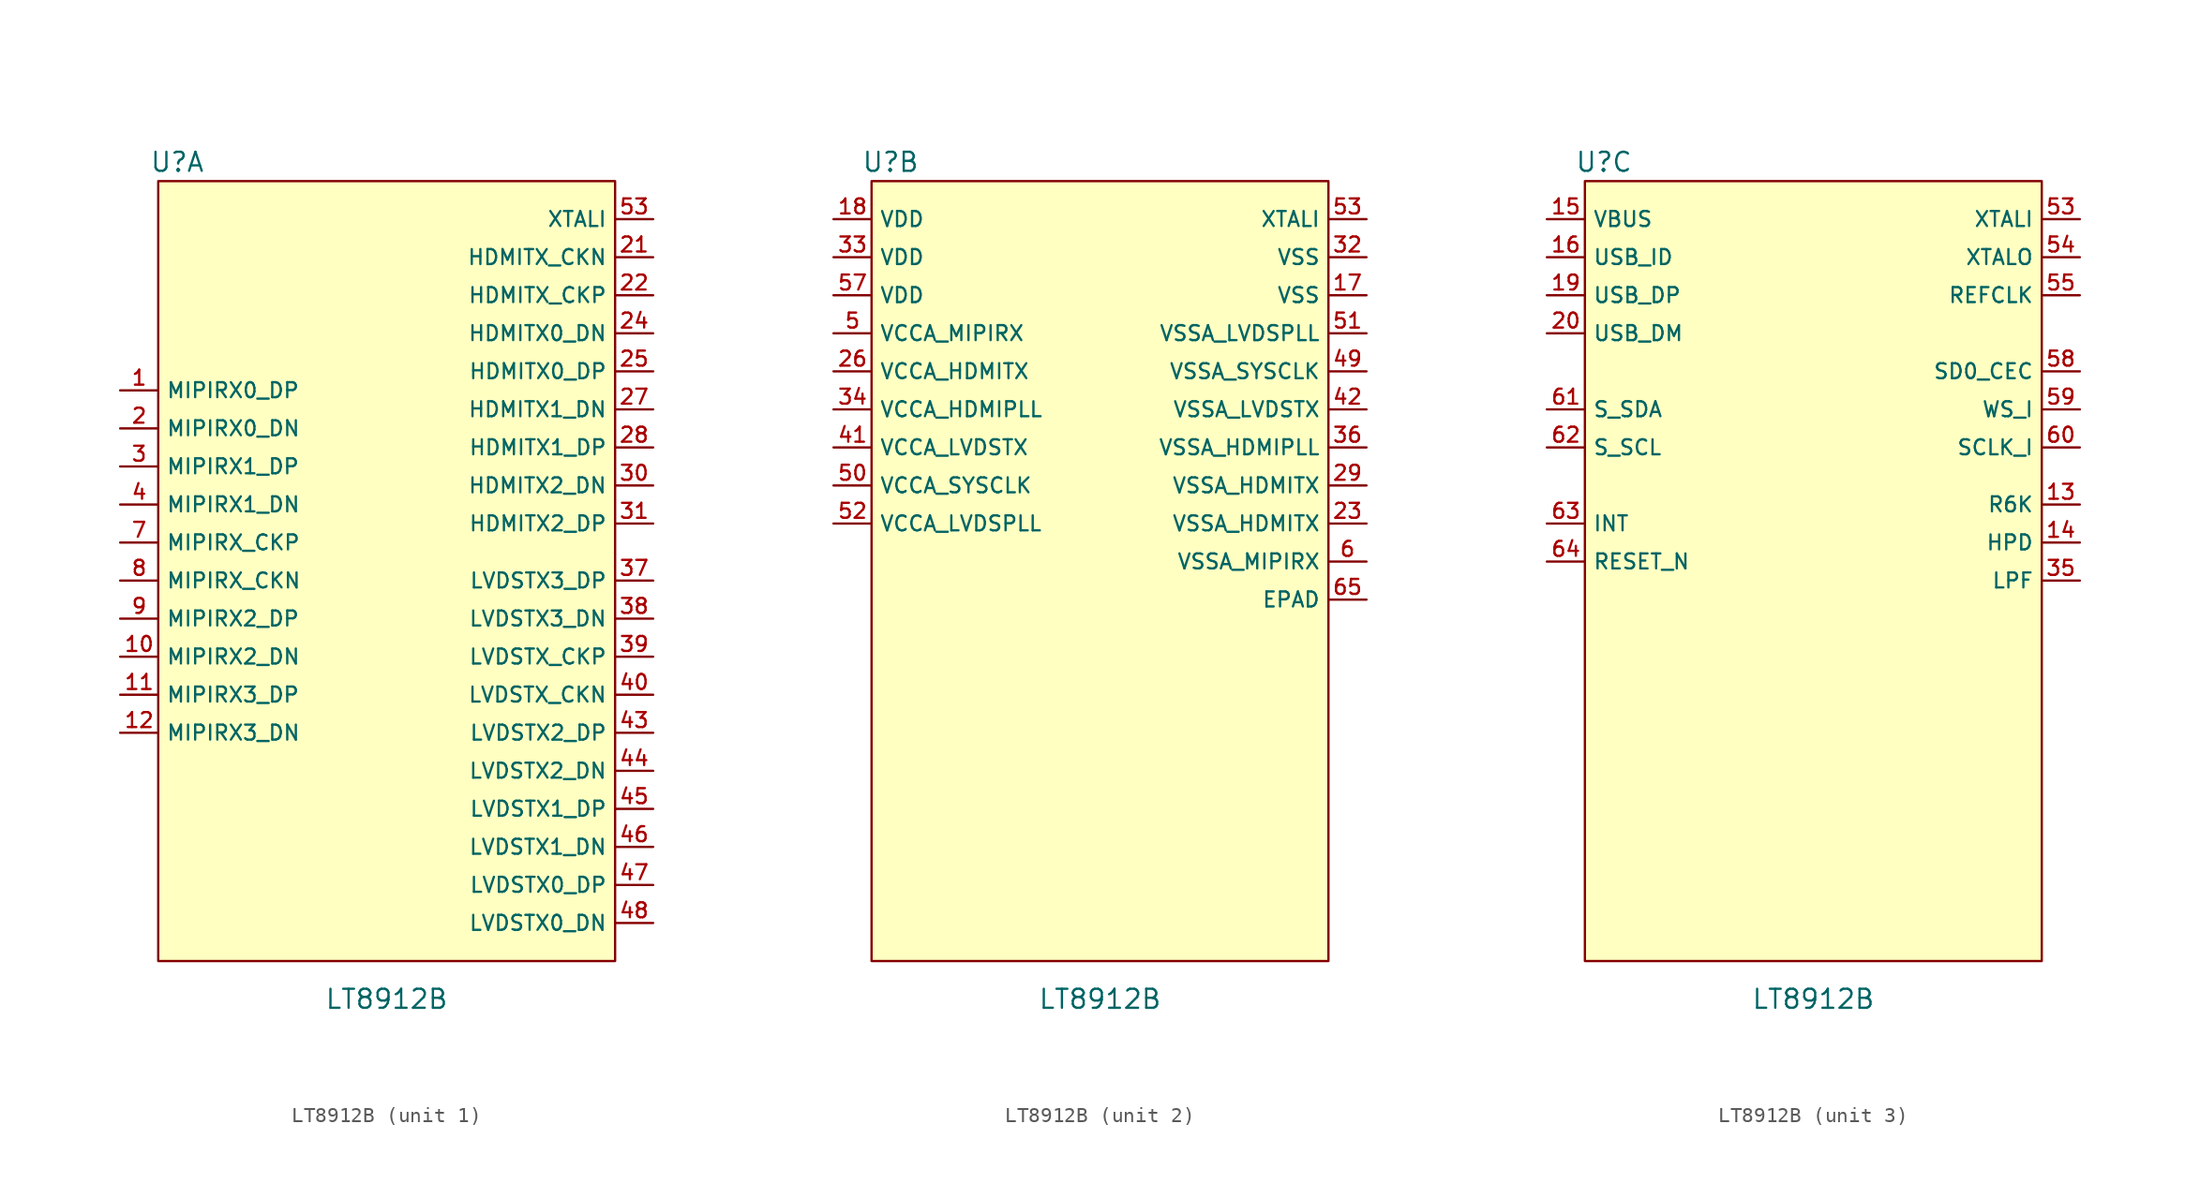
<source format=kicad_sym>
(kicad_symbol_lib
  (version 20220914)
  (generator kicad_symbol_editor)
  (symbol "LT8912B"
    (property "Reference" "U"
      (at -13.97 43.18 0)
      (effects (font (size 1.27 1.27))))
    (property "Value" "LT8912B"
      (at 0 -12.7 0)
      (effects (font (size 1.27 1.27))))
    (property "ki_locked" ""
      (at 0 0 0)
      (effects (font (size 1.27 1.27))))
    (symbol "LT8912B_0_1"
      (rectangle (start -15.24 41.91) (end 15.24 -10.16) (stroke (width 0) (type default)) (fill (type background)))
      (pin unspecified line (at 17.78 39.37 180) (length 2.54) (name "XTALI" (effects (font (size 1 1)))) (number "53" (effects (font (size 1 1))))))
    (symbol "LT8912B_1_1"
      (pin unspecified line (at -17.78 27.94 0) (length 2.54) (name "MIPIRX0_DP" (effects (font (size 1 1)))) (number "1" (effects (font (size 1 1)))))
      (pin unspecified line (at -17.78 10.16 0) (length 2.54) (name "MIPIRX2_DN" (effects (font (size 1 1)))) (number "10" (effects (font (size 1 1)))))
      (pin unspecified line (at -17.78 7.62 0) (length 2.54) (name "MIPIRX3_DP" (effects (font (size 1 1)))) (number "11" (effects (font (size 1 1)))))
      (pin unspecified line (at -17.78 5.08 0) (length 2.54) (name "MIPIRX3_DN" (effects (font (size 1 1)))) (number "12" (effects (font (size 1 1)))))
      (pin unspecified line (at -17.78 25.4 0) (length 2.54) (name "MIPIRX0_DN" (effects (font (size 1 1)))) (number "2" (effects (font (size 1 1)))))
      (pin unspecified line (at 17.78 36.83 180) (length 2.54) (name "HDMITX_CKN" (effects (font (size 1 1)))) (number "21" (effects (font (size 1 1)))))
      (pin unspecified line (at 17.78 34.29 180) (length 2.54) (name "HDMITX_CKP" (effects (font (size 1 1)))) (number "22" (effects (font (size 1 1)))))
      (pin unspecified line (at 17.78 31.75 180) (length 2.54) (name "HDMITX0_DN" (effects (font (size 1 1)))) (number "24" (effects (font (size 1 1)))))
      (pin unspecified line (at 17.78 29.21 180) (length 2.54) (name "HDMITX0_DP" (effects (font (size 1 1)))) (number "25" (effects (font (size 1 1)))))
      (pin unspecified line (at 17.78 26.67 180) (length 2.54) (name "HDMITX1_DN" (effects (font (size 1 1)))) (number "27" (effects (font (size 1 1)))))
      (pin unspecified line (at 17.78 24.13 180) (length 2.54) (name "HDMITX1_DP" (effects (font (size 1 1)))) (number "28" (effects (font (size 1 1)))))
      (pin unspecified line (at -17.78 22.86 0) (length 2.54) (name "MIPIRX1_DP" (effects (font (size 1 1)))) (number "3" (effects (font (size 1 1)))))
      (pin unspecified line (at 17.78 21.59 180) (length 2.54) (name "HDMITX2_DN" (effects (font (size 1 1)))) (number "30" (effects (font (size 1 1)))))
      (pin unspecified line (at 17.78 19.05 180) (length 2.54) (name "HDMITX2_DP" (effects (font (size 1 1)))) (number "31" (effects (font (size 1 1)))))
      (pin unspecified line (at 17.78 15.24 180) (length 2.54) (name "LVDSTX3_DP" (effects (font (size 1 1)))) (number "37" (effects (font (size 1 1)))))
      (pin unspecified line (at 17.78 12.7 180) (length 2.54) (name "LVDSTX3_DN" (effects (font (size 1 1)))) (number "38" (effects (font (size 1 1)))))
      (pin unspecified line (at 17.78 10.16 180) (length 2.54) (name "LVDSTX_CKP" (effects (font (size 1 1)))) (number "39" (effects (font (size 1 1)))))
      (pin unspecified line (at -17.78 20.32 0) (length 2.54) (name "MIPIRX1_DN" (effects (font (size 1 1)))) (number "4" (effects (font (size 1 1)))))
      (pin unspecified line (at 17.78 7.62 180) (length 2.54) (name "LVDSTX_CKN" (effects (font (size 1 1)))) (number "40" (effects (font (size 1 1)))))
      (pin unspecified line (at 17.78 5.08 180) (length 2.54) (name "LVDSTX2_DP" (effects (font (size 1 1)))) (number "43" (effects (font (size 1 1)))))
      (pin unspecified line (at 17.78 2.54 180) (length 2.54) (name "LVDSTX2_DN" (effects (font (size 1 1)))) (number "44" (effects (font (size 1 1)))))
      (pin unspecified line (at 17.78 0 180) (length 2.54) (name "LVDSTX1_DP" (effects (font (size 1 1)))) (number "45" (effects (font (size 1 1)))))
      (pin unspecified line (at 17.78 -2.54 180) (length 2.54) (name "LVDSTX1_DN" (effects (font (size 1 1)))) (number "46" (effects (font (size 1 1)))))
      (pin unspecified line (at 17.78 -5.08 180) (length 2.54) (name "LVDSTX0_DP" (effects (font (size 1 1)))) (number "47" (effects (font (size 1 1)))))
      (pin unspecified line (at 17.78 -7.62 180) (length 2.54) (name "LVDSTX0_DN" (effects (font (size 1 1)))) (number "48" (effects (font (size 1 1)))))
      (pin unspecified line (at -17.78 17.78 0) (length 2.54) (name "MIPIRX_CKP" (effects (font (size 1 1)))) (number "7" (effects (font (size 1 1)))))
      (pin unspecified line (at -17.78 15.24 0) (length 2.54) (name "MIPIRX_CKN" (effects (font (size 1 1)))) (number "8" (effects (font (size 1 1)))))
      (pin unspecified line (at -17.78 12.7 0) (length 2.54) (name "MIPIRX2_DP" (effects (font (size 1 1)))) (number "9" (effects (font (size 1 1))))))
    (symbol "LT8912B_2_1"
      (pin unspecified line (at 17.78 34.29 180) (length 2.54) (name "VSS" (effects (font (size 1 1)))) (number "17" (effects (font (size 1 1)))))
      (pin unspecified line (at -17.78 39.37 0) (length 2.54) (name "VDD" (effects (font (size 1 1)))) (number "18" (effects (font (size 1 1)))))
      (pin unspecified line (at 17.78 19.05 180) (length 2.54) (name "VSSA_HDMITX" (effects (font (size 1 1)))) (number "23" (effects (font (size 1 1)))))
      (pin unspecified line (at -17.78 29.21 0) (length 2.54) (name "VCCA_HDMITX" (effects (font (size 1 1)))) (number "26" (effects (font (size 1 1)))))
      (pin unspecified line (at 17.78 21.59 180) (length 2.54) (name "VSSA_HDMITX" (effects (font (size 1 1)))) (number "29" (effects (font (size 1 1)))))
      (pin unspecified line (at 17.78 36.83 180) (length 2.54) (name "VSS" (effects (font (size 1 1)))) (number "32" (effects (font (size 1 1)))))
      (pin unspecified line (at -17.78 36.83 0) (length 2.54) (name "VDD" (effects (font (size 1 1)))) (number "33" (effects (font (size 1 1)))))
      (pin unspecified line (at -17.78 26.67 0) (length 2.54) (name "VCCA_HDMIPLL" (effects (font (size 1 1)))) (number "34" (effects (font (size 1 1)))))
      (pin unspecified line (at 17.78 24.13 180) (length 2.54) (name "VSSA_HDMIPLL" (effects (font (size 1 1)))) (number "36" (effects (font (size 1 1)))))
      (pin unspecified line (at -17.78 24.13 0) (length 2.54) (name "VCCA_LVDSTX" (effects (font (size 1 1)))) (number "41" (effects (font (size 1 1)))))
      (pin unspecified line (at 17.78 26.67 180) (length 2.54) (name "VSSA_LVDSTX" (effects (font (size 1 1)))) (number "42" (effects (font (size 1 1)))))
      (pin unspecified line (at 17.78 29.21 180) (length 2.54) (name "VSSA_SYSCLK" (effects (font (size 1 1)))) (number "49" (effects (font (size 1 1)))))
      (pin unspecified line (at -17.78 31.75 0) (length 2.54) (name "VCCA_MIPIRX" (effects (font (size 1 1)))) (number "5" (effects (font (size 1 1)))))
      (pin unspecified line (at -17.78 21.59 0) (length 2.54) (name "VCCA_SYSCLK" (effects (font (size 1 1)))) (number "50" (effects (font (size 1 1)))))
      (pin unspecified line (at 17.78 31.75 180) (length 2.54) (name "VSSA_LVDSPLL" (effects (font (size 1 1)))) (number "51" (effects (font (size 1 1)))))
      (pin unspecified line (at -17.78 19.05 0) (length 2.54) (name "VCCA_LVDSPLL" (effects (font (size 1 1)))) (number "52" (effects (font (size 1 1)))))
      (pin unspecified line (at -17.78 34.29 0) (length 2.54) (name "VDD" (effects (font (size 1 1)))) (number "57" (effects (font (size 1 1)))))
      (pin unspecified line (at 17.78 16.51 180) (length 2.54) (name "VSSA_MIPIRX" (effects (font (size 1 1)))) (number "6" (effects (font (size 1 1)))))
      (pin unspecified line (at 17.78 13.97 180) (length 2.54) (name "EPAD" (effects (font (size 1 1)))) (number "65" (effects (font (size 1 1))))))
    (symbol "LT8912B_3_1"
      (pin unspecified line (at 17.78 20.32 180) (length 2.54) (name "R6K" (effects (font (size 1 1)))) (number "13" (effects (font (size 1 1)))))
      (pin unspecified line (at 17.78 17.78 180) (length 2.54) (name "HPD" (effects (font (size 1 1)))) (number "14" (effects (font (size 1 1)))))
      (pin unspecified line (at -17.78 39.37 0) (length 2.54) (name "VBUS" (effects (font (size 1 1)))) (number "15" (effects (font (size 1 1)))))
      (pin unspecified line (at -17.78 36.83 0) (length 2.54) (name "USB_ID" (effects (font (size 1 1)))) (number "16" (effects (font (size 1 1)))))
      (pin unspecified line (at -17.78 34.29 0) (length 2.54) (name "USB_DP" (effects (font (size 1 1)))) (number "19" (effects (font (size 1 1)))))
      (pin unspecified line (at -17.78 31.75 0) (length 2.54) (name "USB_DM" (effects (font (size 1 1)))) (number "20" (effects (font (size 1 1)))))
      (pin unspecified line (at 17.78 15.24 180) (length 2.54) (name "LPF" (effects (font (size 1 1)))) (number "35" (effects (font (size 1 1)))))
      (pin unspecified line (at 17.78 36.83 180) (length 2.54) (name "XTALO" (effects (font (size 1 1)))) (number "54" (effects (font (size 1 1)))))
      (pin unspecified line (at 17.78 34.29 180) (length 2.54) (name "REFCLK" (effects (font (size 1 1)))) (number "55" (effects (font (size 1 1)))))
      (pin unspecified line (at 17.78 29.21 180) (length 2.54) (name "SD0_CEC" (effects (font (size 1 1)))) (number "58" (effects (font (size 1 1)))))
      (pin unspecified line (at 17.78 26.67 180) (length 2.54) (name "WS_I" (effects (font (size 1 1)))) (number "59" (effects (font (size 1 1)))))
      (pin unspecified line (at 17.78 24.13 180) (length 2.54) (name "SCLK_I" (effects (font (size 1 1)))) (number "60" (effects (font (size 1 1)))))
      (pin unspecified line (at -17.78 26.67 0) (length 2.54) (name "S_SDA" (effects (font (size 1 1)))) (number "61" (effects (font (size 1 1)))))
      (pin unspecified line (at -17.78 24.13 0) (length 2.54) (name "S_SCL" (effects (font (size 1 1)))) (number "62" (effects (font (size 1 1)))))
      (pin unspecified line (at -17.78 19.05 0) (length 2.54) (name "INT" (effects (font (size 1 1)))) (number "63" (effects (font (size 1 1)))))
      (pin unspecified line (at -17.78 16.51 0) (length 2.54) (name "RESET_N" (effects (font (size 1 1)))) (number "64" (effects (font (size 1 1))))))))
</source>
